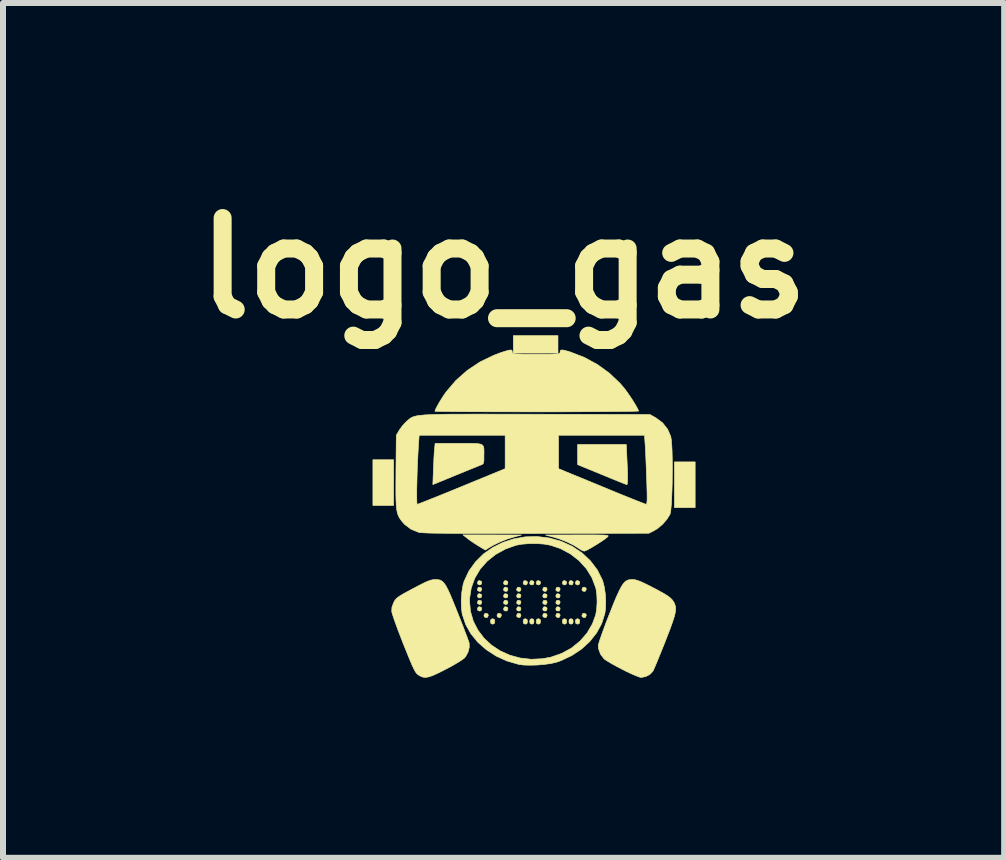
<source format=kicad_pcb>
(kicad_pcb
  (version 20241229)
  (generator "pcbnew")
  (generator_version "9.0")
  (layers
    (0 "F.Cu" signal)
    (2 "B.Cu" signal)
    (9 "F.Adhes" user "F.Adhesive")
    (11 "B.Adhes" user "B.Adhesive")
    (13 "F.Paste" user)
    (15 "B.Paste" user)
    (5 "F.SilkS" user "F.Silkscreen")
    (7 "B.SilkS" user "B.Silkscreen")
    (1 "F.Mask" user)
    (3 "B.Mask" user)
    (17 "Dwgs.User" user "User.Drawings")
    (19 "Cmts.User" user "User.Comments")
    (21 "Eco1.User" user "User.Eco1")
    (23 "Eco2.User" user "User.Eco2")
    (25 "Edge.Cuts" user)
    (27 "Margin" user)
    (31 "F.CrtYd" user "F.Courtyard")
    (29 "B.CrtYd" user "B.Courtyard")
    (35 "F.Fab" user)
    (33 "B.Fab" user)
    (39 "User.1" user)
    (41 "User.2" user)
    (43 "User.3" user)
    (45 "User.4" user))
  (footprint "logo_gas"
    (layer "F.Cu")
    (at 5.849 5.482)
    (property "Reference" "logo_gas" (at -0.508 -4.064 0) (layer "F.SilkS") (effects (font (size 1.524 1.524) (thickness 0.3))))
    (attr through_hole)
    (fp_poly (pts (xy -2.34 -0.109) (xy -2.685 -0.109) (xy -2.685 -0.871) (xy -2.34 -0.871) (xy -2.34 -0.109)) (stroke (width 0.01) (type solid)) (fill yes) (layer "F.SilkS"))
    (fp_poly (pts (xy 0.399 -2.649) (xy -0.345 -2.649) (xy -0.345 -2.939) (xy 0.399 -2.939) (xy 0.399 -2.649)) (stroke (width 0.01) (type solid)) (fill yes) (layer "F.SilkS"))
    (fp_poly (pts (xy 2.685 -0.073) (xy 2.34 -0.073) (xy 2.34 -0.835) (xy 2.685 -0.835) (xy 2.685 -0.073)) (stroke (width 0.01) (type solid)) (fill yes) (layer "F.SilkS"))
    (fp_poly (pts (xy -0.877 1.156) (xy -0.871 1.179) (xy -0.884 1.21) (xy -0.907 1.216) (xy -0.937 1.203) (xy -0.943 1.179) (xy -0.931 1.149) (xy -0.907 1.143) (xy -0.877 1.156)) (stroke (width 0.01) (type solid)) (fill yes) (layer "F.SilkS"))
    (fp_poly (pts (xy -0.877 1.265) (xy -0.871 1.288) (xy -0.884 1.318) (xy -0.907 1.324) (xy -0.937 1.312) (xy -0.943 1.288) (xy -0.931 1.258) (xy -0.907 1.252) (xy -0.877 1.265)) (stroke (width 0.01) (type solid)) (fill yes) (layer "F.SilkS"))
    (fp_poly (pts (xy -0.877 1.374) (xy -0.871 1.397) (xy -0.884 1.427) (xy -0.907 1.433) (xy -0.937 1.42) (xy -0.943 1.397) (xy -0.931 1.367) (xy -0.907 1.361) (xy -0.877 1.374)) (stroke (width 0.01) (type solid)) (fill yes) (layer "F.SilkS"))
    (fp_poly (pts (xy -0.877 1.482) (xy -0.871 1.506) (xy -0.884 1.536) (xy -0.907 1.542) (xy -0.937 1.529) (xy -0.943 1.506) (xy -0.931 1.476) (xy -0.907 1.47) (xy -0.877 1.482)) (stroke (width 0.01) (type solid)) (fill yes) (layer "F.SilkS"))
    (fp_poly (pts (xy -0.877 1.591) (xy -0.871 1.615) (xy -0.884 1.645) (xy -0.907 1.651) (xy -0.937 1.638) (xy -0.943 1.615) (xy -0.931 1.584) (xy -0.907 1.578) (xy -0.877 1.591)) (stroke (width 0.01) (type solid)) (fill yes) (layer "F.SilkS"))
    (fp_poly (pts (xy -0.768 1.7) (xy -0.762 1.724) (xy -0.775 1.754) (xy -0.798 1.76) (xy -0.829 1.747) (xy -0.835 1.724) (xy -0.822 1.693) (xy -0.798 1.687) (xy -0.768 1.7)) (stroke (width 0.01) (type solid)) (fill yes) (layer "F.SilkS"))
    (fp_poly (pts (xy -0.661 1.789) (xy -0.653 1.823) (xy -0.662 1.859) (xy -0.689 1.869) (xy -0.718 1.858) (xy -0.726 1.823) (xy -0.717 1.788) (xy -0.689 1.778) (xy -0.661 1.789)) (stroke (width 0.01) (type solid)) (fill yes) (layer "F.SilkS"))
    (fp_poly (pts (xy -0.55 1.7) (xy -0.544 1.724) (xy -0.557 1.754) (xy -0.581 1.76) (xy -0.611 1.747) (xy -0.617 1.724) (xy -0.604 1.693) (xy -0.581 1.687) (xy -0.55 1.7)) (stroke (width 0.01) (type solid)) (fill yes) (layer "F.SilkS"))
    (fp_poly (pts (xy -0.441 1.156) (xy -0.435 1.179) (xy -0.448 1.21) (xy -0.472 1.216) (xy -0.502 1.203) (xy -0.508 1.179) (xy -0.495 1.149) (xy -0.472 1.143) (xy -0.441 1.156)) (stroke (width 0.01) (type solid)) (fill yes) (layer "F.SilkS"))
    (fp_poly (pts (xy -0.441 1.265) (xy -0.435 1.288) (xy -0.448 1.318) (xy -0.472 1.324) (xy -0.502 1.312) (xy -0.508 1.288) (xy -0.495 1.258) (xy -0.472 1.252) (xy -0.441 1.265)) (stroke (width 0.01) (type solid)) (fill yes) (layer "F.SilkS"))
    (fp_poly (pts (xy -0.441 1.374) (xy -0.435 1.397) (xy -0.448 1.427) (xy -0.472 1.433) (xy -0.502 1.42) (xy -0.508 1.397) (xy -0.495 1.367) (xy -0.472 1.361) (xy -0.441 1.374)) (stroke (width 0.01) (type solid)) (fill yes) (layer "F.SilkS"))
    (fp_poly (pts (xy -0.441 1.482) (xy -0.435 1.506) (xy -0.448 1.536) (xy -0.472 1.542) (xy -0.502 1.529) (xy -0.508 1.506) (xy -0.495 1.476) (xy -0.472 1.47) (xy -0.441 1.482)) (stroke (width 0.01) (type solid)) (fill yes) (layer "F.SilkS"))
    (fp_poly (pts (xy -0.441 1.591) (xy -0.435 1.615) (xy -0.448 1.645) (xy -0.472 1.651) (xy -0.502 1.638) (xy -0.508 1.615) (xy -0.495 1.584) (xy -0.472 1.578) (xy -0.441 1.591)) (stroke (width 0.01) (type solid)) (fill yes) (layer "F.SilkS"))
    (fp_poly (pts (xy -0.224 1.265) (xy -0.218 1.288) (xy -0.231 1.318) (xy -0.254 1.324) (xy -0.284 1.312) (xy -0.29 1.288) (xy -0.277 1.258) (xy -0.254 1.252) (xy -0.224 1.265)) (stroke (width 0.01) (type solid)) (fill yes) (layer "F.SilkS"))
    (fp_poly (pts (xy -0.224 1.374) (xy -0.218 1.397) (xy -0.231 1.427) (xy -0.254 1.433) (xy -0.284 1.42) (xy -0.29 1.397) (xy -0.277 1.367) (xy -0.254 1.361) (xy -0.224 1.374)) (stroke (width 0.01) (type solid)) (fill yes) (layer "F.SilkS"))
    (fp_poly (pts (xy -0.224 1.482) (xy -0.218 1.506) (xy -0.231 1.536) (xy -0.254 1.542) (xy -0.284 1.529) (xy -0.29 1.506) (xy -0.277 1.476) (xy -0.254 1.47) (xy -0.224 1.482)) (stroke (width 0.01) (type solid)) (fill yes) (layer "F.SilkS"))
    (fp_poly (pts (xy -0.224 1.591) (xy -0.218 1.615) (xy -0.231 1.645) (xy -0.254 1.651) (xy -0.284 1.638) (xy -0.29 1.615) (xy -0.277 1.584) (xy -0.254 1.578) (xy -0.224 1.591)) (stroke (width 0.01) (type solid)) (fill yes) (layer "F.SilkS"))
    (fp_poly (pts (xy -0.224 1.7) (xy -0.218 1.724) (xy -0.231 1.754) (xy -0.254 1.76) (xy -0.284 1.747) (xy -0.29 1.724) (xy -0.277 1.693) (xy -0.254 1.687) (xy -0.224 1.7)) (stroke (width 0.01) (type solid)) (fill yes) (layer "F.SilkS"))
    (fp_poly (pts (xy -0.117 1.789) (xy -0.109 1.823) (xy -0.117 1.859) (xy -0.145 1.869) (xy -0.174 1.858) (xy -0.181 1.823) (xy -0.173 1.788) (xy -0.145 1.778) (xy -0.117 1.789)) (stroke (width 0.01) (type solid)) (fill yes) (layer "F.SilkS"))
    (fp_poly (pts (xy -0.115 1.156) (xy -0.109 1.179) (xy -0.122 1.21) (xy -0.145 1.216) (xy -0.175 1.203) (xy -0.181 1.179) (xy -0.169 1.149) (xy -0.145 1.143) (xy -0.115 1.156)) (stroke (width 0.01) (type solid)) (fill yes) (layer "F.SilkS"))
    (fp_poly (pts (xy -0.008 1.789) (xy 0 1.823) (xy -0.009 1.859) (xy -0.036 1.869) (xy -0.065 1.858) (xy -0.073 1.823) (xy -0.064 1.788) (xy -0.036 1.778) (xy -0.008 1.789)) (stroke (width 0.01) (type solid)) (fill yes) (layer "F.SilkS"))
    (fp_poly (pts (xy -0.006 1.156) (xy 0 1.179) (xy -0.013 1.21) (xy -0.036 1.216) (xy -0.067 1.203) (xy -0.073 1.179) (xy -0.06 1.149) (xy -0.036 1.143) (xy -0.006 1.156)) (stroke (width 0.01) (type solid)) (fill yes) (layer "F.SilkS"))
    (fp_poly (pts (xy 0.101 1.789) (xy 0.109 1.823) (xy 0.1 1.859) (xy 0.073 1.869) (xy 0.044 1.858) (xy 0.036 1.823) (xy 0.045 1.788) (xy 0.073 1.778) (xy 0.101 1.789)) (stroke (width 0.01) (type solid)) (fill yes) (layer "F.SilkS"))
    (fp_poly (pts (xy 0.103 1.156) (xy 0.109 1.179) (xy 0.096 1.21) (xy 0.073 1.216) (xy 0.042 1.203) (xy 0.036 1.179) (xy 0.049 1.149) (xy 0.073 1.143) (xy 0.103 1.156)) (stroke (width 0.01) (type solid)) (fill yes) (layer "F.SilkS"))
    (fp_poly (pts (xy 0.212 1.265) (xy 0.218 1.288) (xy 0.205 1.318) (xy 0.181 1.324) (xy 0.151 1.312) (xy 0.145 1.288) (xy 0.158 1.258) (xy 0.181 1.252) (xy 0.212 1.265)) (stroke (width 0.01) (type solid)) (fill yes) (layer "F.SilkS"))
    (fp_poly (pts (xy 0.212 1.374) (xy 0.218 1.397) (xy 0.205 1.427) (xy 0.181 1.433) (xy 0.151 1.42) (xy 0.145 1.397) (xy 0.158 1.367) (xy 0.181 1.361) (xy 0.212 1.374)) (stroke (width 0.01) (type solid)) (fill yes) (layer "F.SilkS"))
    (fp_poly (pts (xy 0.212 1.482) (xy 0.218 1.506) (xy 0.205 1.536) (xy 0.181 1.542) (xy 0.151 1.529) (xy 0.145 1.506) (xy 0.158 1.476) (xy 0.181 1.47) (xy 0.212 1.482)) (stroke (width 0.01) (type solid)) (fill yes) (layer "F.SilkS"))
    (fp_poly (pts (xy 0.212 1.591) (xy 0.218 1.615) (xy 0.205 1.645) (xy 0.181 1.651) (xy 0.151 1.638) (xy 0.145 1.615) (xy 0.158 1.584) (xy 0.181 1.578) (xy 0.212 1.591)) (stroke (width 0.01) (type solid)) (fill yes) (layer "F.SilkS"))
    (fp_poly (pts (xy 0.212 1.7) (xy 0.218 1.724) (xy 0.205 1.754) (xy 0.181 1.76) (xy 0.151 1.747) (xy 0.145 1.724) (xy 0.158 1.693) (xy 0.181 1.687) (xy 0.212 1.7)) (stroke (width 0.01) (type solid)) (fill yes) (layer "F.SilkS"))
    (fp_poly (pts (xy 0.429 1.265) (xy 0.435 1.288) (xy 0.423 1.318) (xy 0.399 1.324) (xy 0.369 1.312) (xy 0.363 1.288) (xy 0.376 1.258) (xy 0.399 1.252) (xy 0.429 1.265)) (stroke (width 0.01) (type solid)) (fill yes) (layer "F.SilkS"))
    (fp_poly (pts (xy 0.429 1.374) (xy 0.435 1.397) (xy 0.423 1.427) (xy 0.399 1.433) (xy 0.369 1.42) (xy 0.363 1.397) (xy 0.376 1.367) (xy 0.399 1.361) (xy 0.429 1.374)) (stroke (width 0.01) (type solid)) (fill yes) (layer "F.SilkS"))
    (fp_poly (pts (xy 0.429 1.482) (xy 0.435 1.506) (xy 0.423 1.536) (xy 0.399 1.542) (xy 0.369 1.529) (xy 0.363 1.506) (xy 0.376 1.476) (xy 0.399 1.47) (xy 0.429 1.482)) (stroke (width 0.01) (type solid)) (fill yes) (layer "F.SilkS"))
    (fp_poly (pts (xy 0.429 1.591) (xy 0.435 1.615) (xy 0.423 1.645) (xy 0.399 1.651) (xy 0.369 1.638) (xy 0.363 1.615) (xy 0.376 1.584) (xy 0.399 1.578) (xy 0.429 1.591)) (stroke (width 0.01) (type solid)) (fill yes) (layer "F.SilkS"))
    (fp_poly (pts (xy 0.429 1.7) (xy 0.435 1.724) (xy 0.423 1.754) (xy 0.399 1.76) (xy 0.369 1.747) (xy 0.363 1.724) (xy 0.376 1.693) (xy 0.399 1.687) (xy 0.429 1.7)) (stroke (width 0.01) (type solid)) (fill yes) (layer "F.SilkS"))
    (fp_poly (pts (xy 0.536 1.789) (xy 0.544 1.823) (xy 0.536 1.859) (xy 0.508 1.869) (xy 0.48 1.858) (xy 0.472 1.823) (xy 0.48 1.788) (xy 0.508 1.778) (xy 0.536 1.789)) (stroke (width 0.01) (type solid)) (fill yes) (layer "F.SilkS"))
    (fp_poly (pts (xy 0.538 1.156) (xy 0.544 1.179) (xy 0.531 1.21) (xy 0.508 1.216) (xy 0.478 1.203) (xy 0.472 1.179) (xy 0.485 1.149) (xy 0.508 1.143) (xy 0.538 1.156)) (stroke (width 0.01) (type solid)) (fill yes) (layer "F.SilkS"))
    (fp_poly (pts (xy 0.645 1.789) (xy 0.653 1.823) (xy 0.645 1.859) (xy 0.617 1.869) (xy 0.588 1.858) (xy 0.581 1.823) (xy 0.589 1.788) (xy 0.617 1.778) (xy 0.645 1.789)) (stroke (width 0.01) (type solid)) (fill yes) (layer "F.SilkS"))
    (fp_poly (pts (xy 0.647 1.156) (xy 0.653 1.179) (xy 0.64 1.21) (xy 0.617 1.216) (xy 0.587 1.203) (xy 0.581 1.179) (xy 0.593 1.149) (xy 0.617 1.143) (xy 0.647 1.156)) (stroke (width 0.01) (type solid)) (fill yes) (layer "F.SilkS"))
    (fp_poly (pts (xy 0.754 1.789) (xy 0.762 1.823) (xy 0.753 1.859) (xy 0.726 1.869) (xy 0.697 1.858) (xy 0.689 1.823) (xy 0.698 1.788) (xy 0.726 1.778) (xy 0.754 1.789)) (stroke (width 0.01) (type solid)) (fill yes) (layer "F.SilkS"))
    (fp_poly (pts (xy 0.756 1.156) (xy 0.762 1.179) (xy 0.749 1.21) (xy 0.726 1.216) (xy 0.695 1.203) (xy 0.689 1.179) (xy 0.702 1.149) (xy 0.726 1.143) (xy 0.756 1.156)) (stroke (width 0.01) (type solid)) (fill yes) (layer "F.SilkS"))
    (fp_poly (pts (xy 0.865 1.265) (xy 0.871 1.288) (xy 0.858 1.318) (xy 0.835 1.324) (xy 0.804 1.312) (xy 0.798 1.288) (xy 0.811 1.258) (xy 0.835 1.252) (xy 0.865 1.265)) (stroke (width 0.01) (type solid)) (fill yes) (layer "F.SilkS"))
    (fp_poly (pts (xy 0.865 1.7) (xy 0.871 1.724) (xy 0.858 1.754) (xy 0.835 1.76) (xy 0.804 1.747) (xy 0.798 1.724) (xy 0.811 1.693) (xy 0.835 1.687) (xy 0.865 1.7)) (stroke (width 0.01) (type solid)) (fill yes) (layer "F.SilkS"))
    (fp_poly (pts (xy -0.697 0.382) (xy -0.209 0.383) (xy -0.337 0.417) (xy -0.447 0.451) (xy -0.563 0.497) (xy -0.671 0.549) (xy -0.754 0.597) (xy -0.81 0.634) (xy -0.918 0.57) (xy -0.989 0.525) (xy -1.061 0.477) (xy -1.106 0.443) (xy -1.184 0.381) (xy -0.697 0.382)) (stroke (width 0.01) (type solid)) (fill yes) (layer "F.SilkS"))
    (fp_poly (pts (xy 1.548 -0.894) (xy 1.555 -0.739) (xy 1.559 -0.619) (xy 1.559 -0.533) (xy 1.556 -0.479) (xy 1.549 -0.457) (xy 1.547 -0.456) (xy 1.527 -0.463) (xy 1.478 -0.482) (xy 1.405 -0.511) (xy 1.314 -0.548) (xy 1.207 -0.592) (xy 1.13 -0.624) (xy 0.727 -0.789) (xy 0.726 -0.957) (xy 0.726 -1.125) (xy 1.537 -1.125) (xy 1.548 -0.894)) (stroke (width 0.01) (type solid)) (fill yes) (layer "F.SilkS"))
    (fp_poly (pts (xy 0.999 0.382) (xy 1.09 0.383) (xy 1.155 0.384) (xy 1.199 0.387) (xy 1.225 0.391) (xy 1.236 0.396) (xy 1.235 0.403) (xy 1.227 0.413) (xy 1.224 0.416) (xy 1.189 0.445) (xy 1.134 0.483) (xy 1.068 0.526) (xy 0.998 0.569) (xy 0.932 0.608) (xy 0.877 0.637) (xy 0.842 0.651) (xy 0.836 0.652) (xy 0.804 0.642) (xy 0.759 0.616) (xy 0.744 0.605) (xy 0.658 0.552) (xy 0.548 0.498) (xy 0.429 0.451) (xy 0.319 0.417) (xy 0.191 0.383) (xy 0.725 0.382) (xy 0.878 0.382) (xy 0.999 0.382)) (stroke (width 0.01) (type solid)) (fill yes) (layer "F.SilkS"))
    (fp_poly (pts (xy -1.017 -1.143) (xy -0.943 -1.14) (xy -0.892 -1.131) (xy -0.86 -1.116) (xy -0.842 -1.091) (xy -0.835 -1.054) (xy -0.834 -1.004) (xy -0.835 -0.937) (xy -0.835 -0.932) (xy -0.835 -0.864) (xy -0.84 -0.824) (xy -0.851 -0.801) (xy -0.871 -0.789) (xy -0.884 -0.784) (xy -0.915 -0.772) (xy -0.974 -0.748) (xy -1.056 -0.715) (xy -1.154 -0.675) (xy -1.263 -0.63) (xy -1.31 -0.611) (xy -1.686 -0.457) (xy -1.677 -0.705) (xy -1.672 -0.806) (xy -1.668 -0.903) (xy -1.663 -0.985) (xy -1.658 -1.043) (xy -1.658 -1.048) (xy -1.648 -1.143) (xy -1.253 -1.143) (xy -1.119 -1.143) (xy -1.017 -1.143)) (stroke (width 0.01) (type solid)) (fill yes) (layer "F.SilkS"))
    (fp_poly (pts (xy 1.679 1.128) (xy 1.726 1.141) (xy 1.786 1.164) (xy 1.865 1.201) (xy 1.97 1.254) (xy 1.971 1.255) (xy 2.083 1.314) (xy 2.168 1.361) (xy 2.23 1.4) (xy 2.274 1.434) (xy 2.306 1.467) (xy 2.329 1.502) (xy 2.335 1.512) (xy 2.35 1.549) (xy 2.359 1.588) (xy 2.36 1.633) (xy 2.351 1.689) (xy 2.333 1.759) (xy 2.303 1.849) (xy 2.262 1.963) (xy 2.207 2.104) (xy 2.186 2.159) (xy 2.137 2.281) (xy 2.091 2.394) (xy 2.051 2.493) (xy 2.017 2.573) (xy 1.993 2.628) (xy 1.981 2.653) (xy 1.932 2.705) (xy 1.863 2.742) (xy 1.788 2.757) (xy 1.784 2.757) (xy 1.751 2.749) (xy 1.692 2.726) (xy 1.615 2.693) (xy 1.527 2.651) (xy 1.474 2.624) (xy 1.382 2.576) (xy 1.298 2.53) (xy 1.229 2.489) (xy 1.182 2.459) (xy 1.168 2.448) (xy 1.11 2.373) (xy 1.076 2.282) (xy 1.07 2.229) (xy 1.077 2.197) (xy 1.095 2.137) (xy 1.124 2.053) (xy 1.161 1.95) (xy 1.204 1.834) (xy 1.253 1.709) (xy 1.254 1.707) (xy 1.316 1.55) (xy 1.368 1.424) (xy 1.413 1.326) (xy 1.451 1.251) (xy 1.485 1.197) (xy 1.518 1.161) (xy 1.552 1.139) (xy 1.589 1.128) (xy 1.63 1.125) (xy 1.639 1.125) (xy 1.679 1.128)) (stroke (width 0.01) (type solid)) (fill yes) (layer "F.SilkS"))
    (fp_poly (pts (xy -1.604 1.127) (xy -1.567 1.134) (xy -1.534 1.151) (xy -1.503 1.181) (xy -1.47 1.227) (xy -1.435 1.292) (xy -1.395 1.38) (xy -1.347 1.495) (xy -1.289 1.639) (xy -1.273 1.678) (xy -1.225 1.801) (xy -1.18 1.915) (xy -1.142 2.016) (xy -1.111 2.097) (xy -1.091 2.154) (xy -1.081 2.182) (xy -1.079 2.255) (xy -1.1 2.336) (xy -1.14 2.409) (xy -1.157 2.43) (xy -1.19 2.456) (xy -1.249 2.495) (xy -1.326 2.541) (xy -1.415 2.591) (xy -1.471 2.62) (xy -1.587 2.679) (xy -1.678 2.721) (xy -1.748 2.746) (xy -1.804 2.756) (xy -1.851 2.752) (xy -1.894 2.735) (xy -1.925 2.717) (xy -1.944 2.702) (xy -1.963 2.682) (xy -1.983 2.652) (xy -2.005 2.609) (xy -2.033 2.55) (xy -2.068 2.468) (xy -2.111 2.362) (xy -2.166 2.226) (xy -2.175 2.204) (xy -2.224 2.078) (xy -2.27 1.959) (xy -2.309 1.852) (xy -2.34 1.764) (xy -2.361 1.698) (xy -2.371 1.661) (xy -2.371 1.66) (xy -2.368 1.588) (xy -2.34 1.512) (xy -2.337 1.506) (xy -2.32 1.475) (xy -2.3 1.449) (xy -2.271 1.423) (xy -2.23 1.395) (xy -2.17 1.359) (xy -2.086 1.314) (xy -2.014 1.275) (xy -1.907 1.219) (xy -1.826 1.178) (xy -1.765 1.151) (xy -1.717 1.135) (xy -1.678 1.127) (xy -1.647 1.125) (xy -1.604 1.127)) (stroke (width 0.01) (type solid)) (fill yes) (layer "F.SilkS"))
    (fp_poly (pts (xy -0.369 -2.694) (xy -0.363 -2.676) (xy -0.363 -2.667) (xy -0.362 -2.655) (xy -0.355 -2.646) (xy -0.338 -2.64) (xy -0.306 -2.635) (xy -0.255 -2.633) (xy -0.181 -2.631) (xy -0.079 -2.631) (xy 0.036 -2.631) (xy 0.166 -2.631) (xy 0.265 -2.631) (xy 0.335 -2.633) (xy 0.383 -2.636) (xy 0.413 -2.64) (xy 0.428 -2.647) (xy 0.434 -2.656) (xy 0.435 -2.667) (xy 0.439 -2.69) (xy 0.455 -2.7) (xy 0.489 -2.698) (xy 0.546 -2.684) (xy 0.604 -2.667) (xy 0.837 -2.577) (xy 1.056 -2.458) (xy 1.256 -2.313) (xy 1.433 -2.145) (xy 1.505 -2.06) (xy 1.549 -2.002) (xy 1.597 -1.932) (xy 1.645 -1.86) (xy 1.687 -1.791) (xy 1.72 -1.733) (xy 1.739 -1.694) (xy 1.742 -1.683) (xy 1.724 -1.681) (xy 1.672 -1.679) (xy 1.59 -1.677) (xy 1.478 -1.676) (xy 1.34 -1.674) (xy 1.179 -1.673) (xy 0.996 -1.672) (xy 0.795 -1.671) (xy 0.577 -1.67) (xy 0.346 -1.669) (xy 0.104 -1.669) (xy 0.045 -1.669) (xy -0.199 -1.669) (xy -0.433 -1.67) (xy -0.654 -1.67) (xy -0.86 -1.671) (xy -1.047 -1.671) (xy -1.214 -1.672) (xy -1.357 -1.673) (xy -1.475 -1.675) (xy -1.565 -1.676) (xy -1.624 -1.677) (xy -1.65 -1.678) (xy -1.651 -1.679) (xy -1.642 -1.708) (xy -1.616 -1.759) (xy -1.58 -1.824) (xy -1.537 -1.894) (xy -1.493 -1.962) (xy -1.467 -1.998) (xy -1.303 -2.191) (xy -1.113 -2.359) (xy -0.9 -2.501) (xy -0.667 -2.613) (xy -0.564 -2.652) (xy -0.478 -2.68) (xy -0.421 -2.696) (xy -0.386 -2.7) (xy -0.369 -2.694)) (stroke (width 0.01) (type solid)) (fill yes) (layer "F.SilkS"))
    (fp_poly (pts (xy 0.253 0.433) (xy 0.451 0.488) (xy 0.453 0.489) (xy 0.636 0.572) (xy 0.8 0.682) (xy 0.94 0.814) (xy 1.054 0.964) (xy 1.137 1.129) (xy 1.146 1.152) (xy 1.172 1.253) (xy 1.189 1.375) (xy 1.195 1.503) (xy 1.19 1.624) (xy 1.18 1.693) (xy 1.128 1.858) (xy 1.043 2.014) (xy 0.929 2.158) (xy 0.79 2.285) (xy 0.629 2.392) (xy 0.449 2.477) (xy 0.372 2.504) (xy 0.284 2.524) (xy 0.173 2.54) (xy 0.052 2.55) (xy -0.068 2.553) (xy -0.175 2.55) (xy -0.253 2.54) (xy -0.45 2.483) (xy -0.631 2.401) (xy -0.794 2.295) (xy -0.936 2.171) (xy -1.052 2.029) (xy -1.139 1.874) (xy -1.195 1.708) (xy -1.198 1.693) (xy -1.211 1.585) (xy -1.212 1.482) (xy -1.075 1.482) (xy -1.059 1.657) (xy -1.011 1.821) (xy -0.934 1.97) (xy -0.832 2.104) (xy -0.708 2.219) (xy -0.564 2.314) (xy -0.404 2.386) (xy -0.232 2.433) (xy -0.049 2.454) (xy 0.14 2.445) (xy 0.281 2.419) (xy 0.46 2.357) (xy 0.623 2.268) (xy 0.765 2.153) (xy 0.883 2.018) (xy 0.973 1.864) (xy 1.028 1.714) (xy 1.044 1.618) (xy 1.051 1.502) (xy 1.047 1.385) (xy 1.033 1.282) (xy 1.028 1.261) (xy 0.965 1.095) (xy 0.871 0.943) (xy 0.75 0.81) (xy 0.604 0.697) (xy 0.439 0.609) (xy 0.275 0.554) (xy 0.17 0.535) (xy 0.046 0.526) (xy -0.085 0.527) (xy -0.208 0.537) (xy -0.299 0.554) (xy -0.479 0.618) (xy -0.641 0.708) (xy -0.782 0.821) (xy -0.898 0.953) (xy -0.987 1.103) (xy -1.046 1.265) (xy -1.073 1.437) (xy -1.075 1.482) (xy -1.212 1.482) (xy -1.213 1.461) (xy -1.203 1.333) (xy -1.183 1.216) (xy -1.164 1.152) (xy -1.084 0.982) (xy -0.976 0.832) (xy -0.844 0.701) (xy -0.691 0.593) (xy -0.521 0.508) (xy -0.338 0.448) (xy -0.146 0.414) (xy 0.053 0.409) (xy 0.253 0.433)) (stroke (width 0.01) (type solid)) (fill yes) (layer "F.SilkS"))
    (fp_poly (pts (xy -0.816 -1.631) (xy -0.57 -1.63) (xy -0.293 -1.63) (xy 0.018 -1.629) (xy 0.038 -1.629) (xy 1.932 -1.624) (xy 2.032 -1.568) (xy 2.142 -1.486) (xy 2.225 -1.381) (xy 2.278 -1.26) (xy 2.287 -1.209) (xy 2.294 -1.129) (xy 2.3 -1.026) (xy 2.303 -0.905) (xy 2.305 -0.772) (xy 2.304 -0.633) (xy 2.303 -0.493) (xy 2.299 -0.358) (xy 2.294 -0.234) (xy 2.288 -0.125) (xy 2.28 -0.039) (xy 2.271 0.02) (xy 2.265 0.04) (xy 2.214 0.122) (xy 2.142 0.204) (xy 2.059 0.275) (xy 1.999 0.311) (xy 1.914 0.354) (xy 0.036 0.357) (xy -0.284 0.358) (xy -0.57 0.358) (xy -0.823 0.358) (xy -1.045 0.358) (xy -1.237 0.357) (xy -1.402 0.356) (xy -1.541 0.354) (xy -1.656 0.353) (xy -1.748 0.351) (xy -1.819 0.348) (xy -1.872 0.345) (xy -1.907 0.342) (xy -1.924 0.338) (xy -2.051 0.286) (xy -2.157 0.206) (xy -2.195 0.163) (xy -2.224 0.126) (xy -2.247 0.09) (xy -2.265 0.052) (xy -2.279 0.008) (xy -2.289 -0.048) (xy -2.296 -0.117) (xy -2.3 -0.206) (xy -2.302 -0.299) (xy -1.955 -0.299) (xy -1.954 -0.216) (xy -1.952 -0.158) (xy -1.949 -0.129) (xy -1.947 -0.127) (xy -1.928 -0.134) (xy -1.878 -0.153) (xy -1.801 -0.183) (xy -1.702 -0.223) (xy -1.583 -0.27) (xy -1.448 -0.325) (xy -1.301 -0.385) (xy -1.206 -0.424) (xy -0.481 -0.722) (xy -0.481 -1.279) (xy 0.408 -1.279) (xy 0.408 -0.722) (xy 1.125 -0.427) (xy 1.277 -0.364) (xy 1.42 -0.305) (xy 1.549 -0.253) (xy 1.661 -0.208) (xy 1.752 -0.172) (xy 1.819 -0.146) (xy 1.858 -0.131) (xy 1.867 -0.129) (xy 1.875 -0.133) (xy 1.88 -0.151) (xy 1.884 -0.185) (xy 1.885 -0.24) (xy 1.884 -0.321) (xy 1.881 -0.43) (xy 1.878 -0.531) (xy 1.873 -0.661) (xy 1.868 -0.791) (xy 1.863 -0.912) (xy 1.858 -1.016) (xy 1.854 -1.094) (xy 1.853 -1.107) (xy 1.841 -1.279) (xy 0.408 -1.279) (xy -0.481 -1.279) (xy -1.914 -1.279) (xy -1.926 -1.116) (xy -1.932 -1.009) (xy -1.938 -0.891) (xy -1.944 -0.765) (xy -1.948 -0.638) (xy -1.951 -0.515) (xy -1.954 -0.4) (xy -1.955 -0.299) (xy -2.302 -0.299) (xy -2.302 -0.318) (xy -2.302 -0.457) (xy -2.301 -0.627) (xy -2.301 -0.674) (xy -2.295 -1.279) (xy -2.245 -1.364) (xy -2.2 -1.428) (xy -2.143 -1.491) (xy -2.119 -1.514) (xy -2.097 -1.533) (xy -2.078 -1.549) (xy -2.058 -1.564) (xy -2.036 -1.577) (xy -2.009 -1.588) (xy -1.976 -1.597) (xy -1.934 -1.606) (xy -1.881 -1.612) (xy -1.816 -1.618) (xy -1.735 -1.622) (xy -1.637 -1.625) (xy -1.52 -1.628) (xy -1.381 -1.63) (xy -1.219 -1.63) (xy -1.031 -1.631) (xy -0.816 -1.631)) (stroke (width 0.01) (type solid)) (fill yes) (layer "F.SilkS")))
  (gr_rect
    (start -3 -3)
    (end 13.683 11.244)
    (stroke (width 0.1) (type default))
    (fill no)
    (layer "Edge.Cuts")))
</source>
